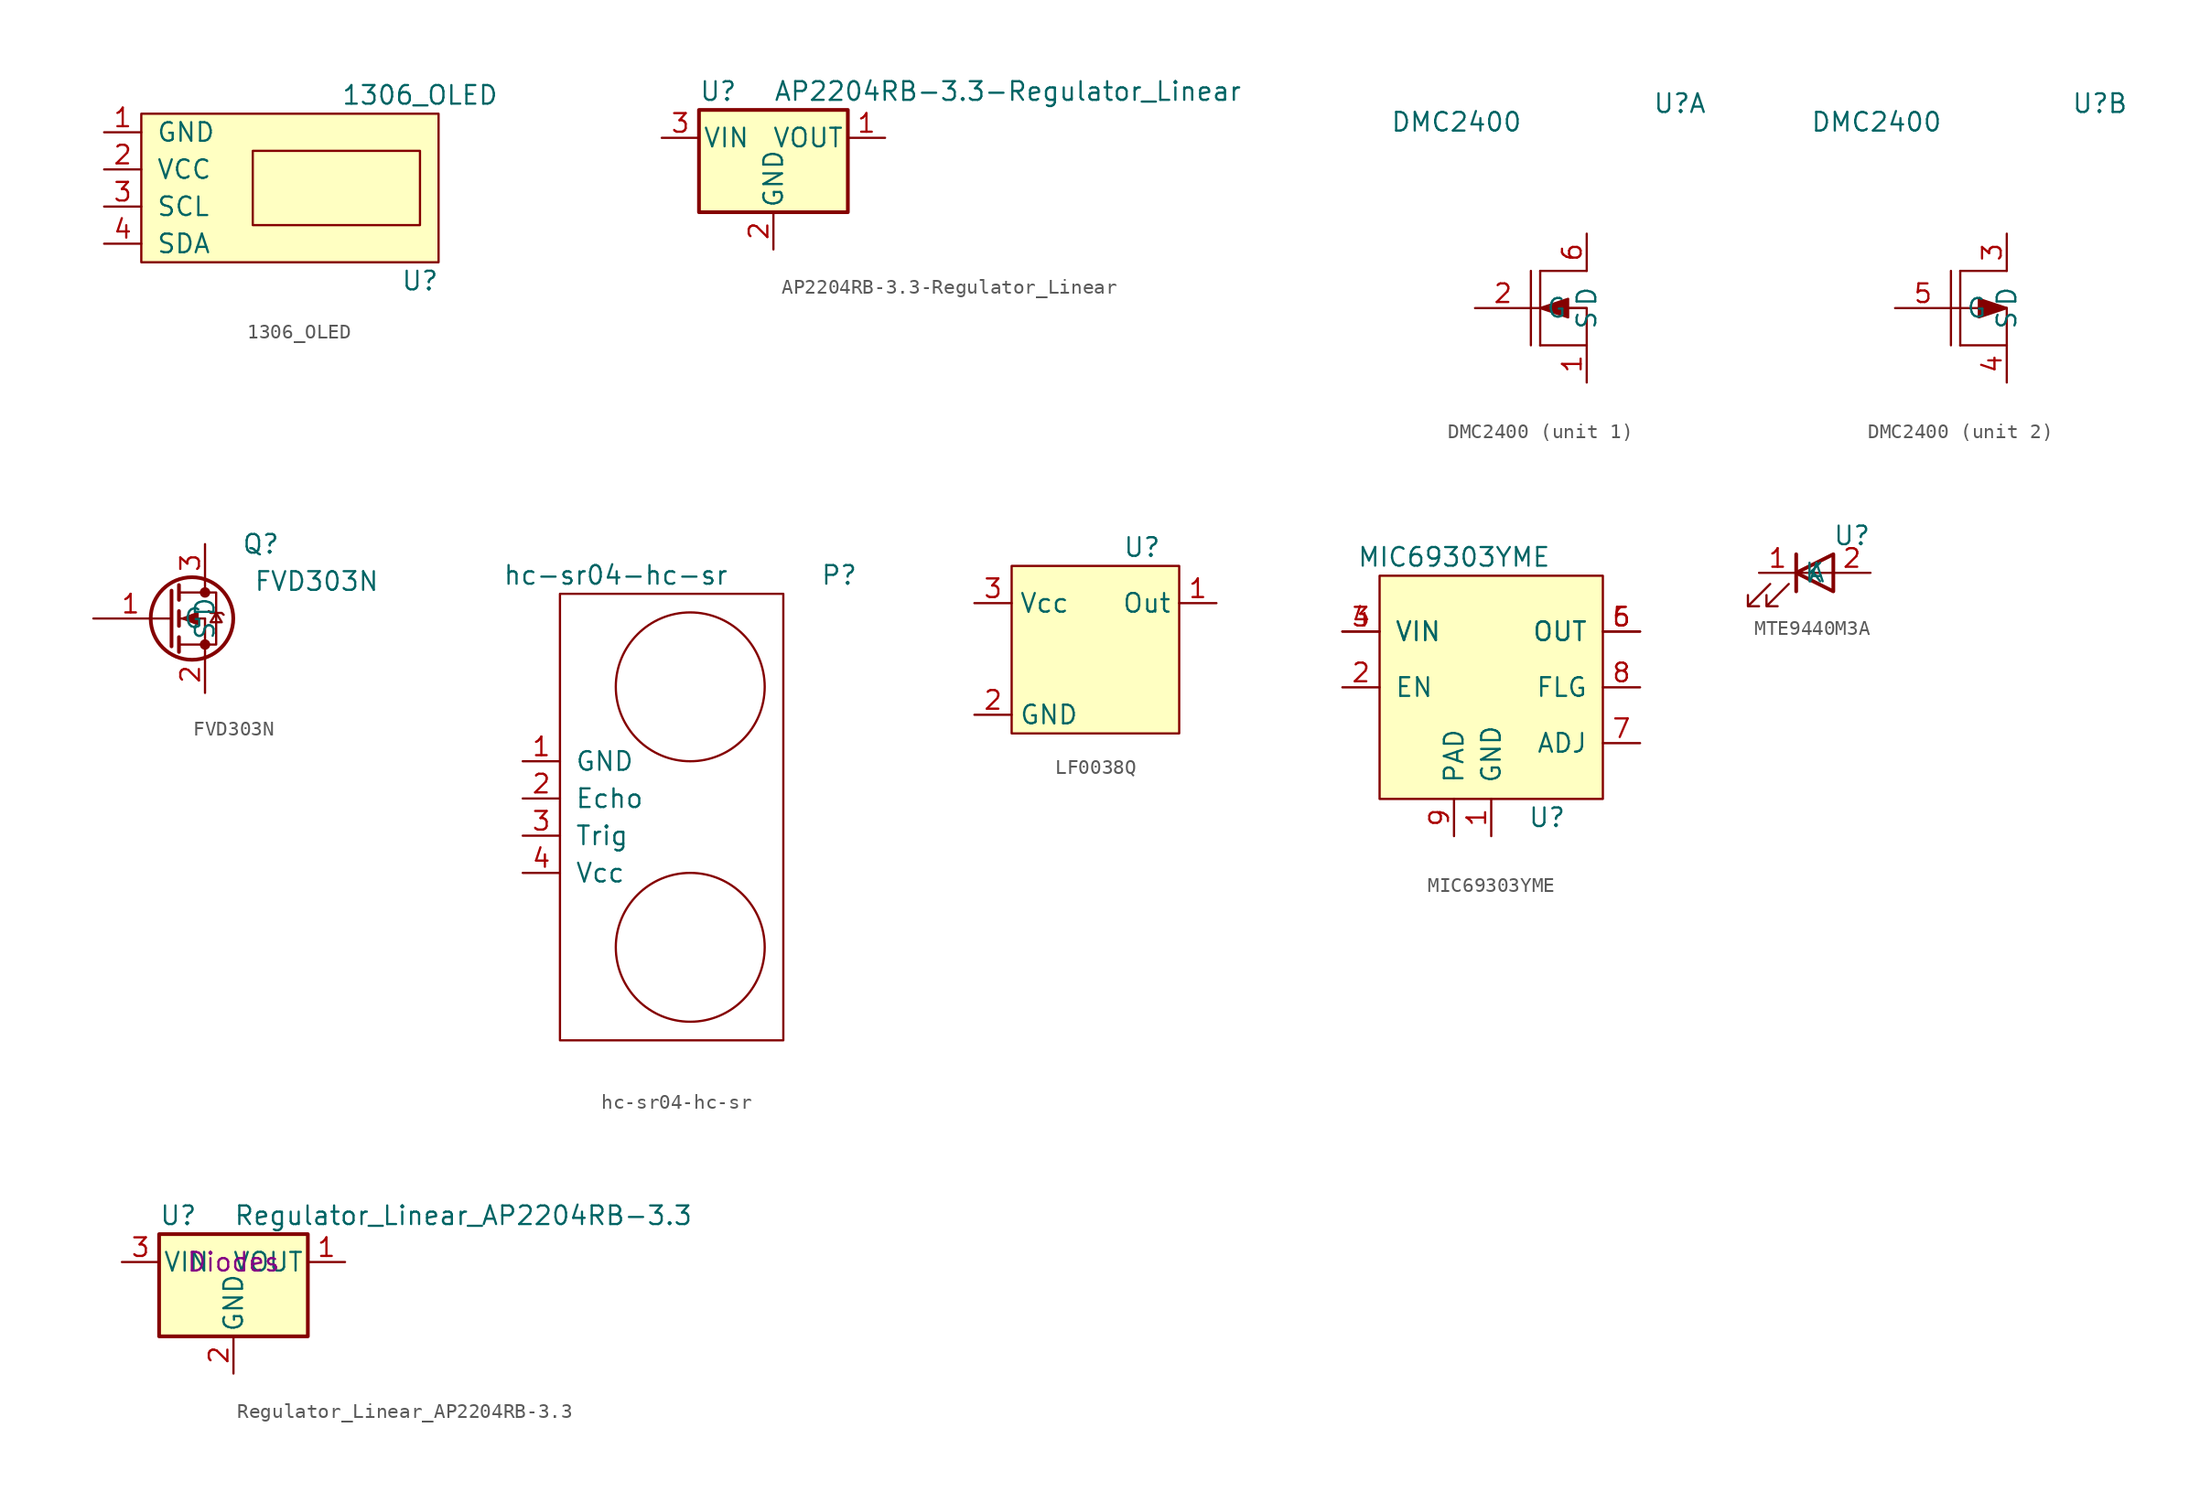
<source format=kicad_sym>
(kicad_symbol_lib
  (version 20220914)
  (generator kicad_symbol_editor)
  (symbol "1306_OLED"
    (pin_names
      (offset 1.016))
    (property "Reference" "U"
      (at 13.97 -6.35 0)
      (effects (font (size 1.27 1.27))))
    (property "Value" "1306_OLED"
      (at 13.97 6.35 0)
      (effects (font (size 1.27 1.27))))
    (symbol "1306_OLED_0_1"
      (rectangle (start -5.08 5.08) (end 15.24 -5.08) (stroke (width 0) (type solid)) (fill (type background)))
      (rectangle (start 2.54 2.54) (end 13.97 -2.54) (stroke (width 0) (type solid)) (fill (type none))))
    (symbol "1306_OLED_1_1"
      (pin input line (at -7.62 3.81 0) (length 2.54) (name "GND" (effects (font (size 1.27 1.27)))) (number "1" (effects (font (size 1.27 1.27)))))
      (pin input line (at -7.62 1.27 0) (length 2.54) (name "VCC" (effects (font (size 1.27 1.27)))) (number "2" (effects (font (size 1.27 1.27)))))
      (pin input line (at -7.62 -1.27 0) (length 2.54) (name "SCL" (effects (font (size 1.27 1.27)))) (number "3" (effects (font (size 1.27 1.27)))))
      (pin input line (at -7.62 -3.81 0) (length 2.54) (name "SDA" (effects (font (size 1.27 1.27)))) (number "4" (effects (font (size 1.27 1.27)))))))
  (symbol "AP2204RB-3.3-Regulator_Linear"
    (pin_names
      (offset 0.254))
    (property "Reference" "U"
      (at -5.08 3.175 0)
      (effects (font (size 1.27 1.27)) (justify left)))
    (property "Value" "AP2204RB-3.3-Regulator_Linear"
      (at 0 3.175 0)
      (effects (font (size 1.27 1.27)) (justify left)))
    (symbol "AP2204RB-3.3-Regulator_Linear_0_1"
      (rectangle (start -5.08 1.905) (end 5.08 -5.08) (stroke (width 0.254) (type solid)) (fill (type background))))
    (symbol "AP2204RB-3.3-Regulator_Linear_1_1"
      (pin power_out line (at 7.62 0 180) (length 2.54) (name "VOUT" (effects (font (size 1.27 1.27)))) (number "1" (effects (font (size 1.27 1.27)))))
      (pin power_in line (at 0 -7.62 90) (length 2.54) (name "GND" (effects (font (size 1.27 1.27)))) (number "2" (effects (font (size 1.27 1.27)))))
      (pin power_in line (at -7.62 0 0) (length 2.54) (name "VIN" (effects (font (size 1.27 1.27)))) (number "3" (effects (font (size 1.27 1.27)))))))
  (symbol "DMC2400"
    (pin_names
      (offset 1.016))
    (property "Reference" "U"
      (at 7.62 13.97 0)
      (effects (font (size 1.27 1.27))))
    (property "Value" "DMC2400"
      (at -7.62 12.7 0)
      (effects (font (size 1.27 1.27))))
    (symbol "DMC2400_0_1"
      (polyline (pts (xy 1.27 0) (xy -2.54 0)) (stroke (width 0) (type solid)) (fill (type none)))
      (polyline (pts (xy 0 0) (xy 1.27 0) (xy 1.27 -2.54)) (stroke (width 0) (type solid)) (fill (type none))))
    (symbol "DMC2400_1_1"
      (polyline (pts (xy -2.54 -2.54) (xy -2.54 2.54)) (stroke (width 0) (type solid)) (fill (type none)))
      (polyline (pts (xy -1.905 -2.54) (xy -1.905 2.54)) (stroke (width 0) (type solid)) (fill (type none)))
      (polyline (pts (xy -1.905 -2.54) (xy 1.27 -2.54)) (stroke (width 0) (type solid)) (fill (type none)))
      (polyline (pts (xy 1.27 2.54) (xy -1.905 2.54)) (stroke (width 0) (type solid)) (fill (type none)))
      (polyline (pts (xy -1.905 0) (xy 0 0.635) (xy 0 -0.635) (xy -1.905 0)) (stroke (width 0) (type solid)) (fill (type outline)))
      (pin passive line (at 1.27 -5.08 90) (length 2.54) (name "S" (effects (font (size 1.27 1.27)))) (number "1" (effects (font (size 1.27 1.27)))))
      (pin input line (at -6.35 0 0) (length 3.81) (name "G" (effects (font (size 1.27 1.27)))) (number "2" (effects (font (size 1.27 1.27)))))
      (pin passive line (at 1.27 5.08 270) (length 2.54) (name "D" (effects (font (size 1.27 1.27)))) (number "6" (effects (font (size 1.27 1.27))))))
    (symbol "DMC2400_2_1"
      (polyline (pts (xy -2.54 2.54) (xy -2.54 -2.54)) (stroke (width 0) (type solid)) (fill (type none)))
      (polyline (pts (xy -1.905 -2.54) (xy -1.905 2.54)) (stroke (width 0) (type solid)) (fill (type none)))
      (polyline (pts (xy -1.905 -2.54) (xy 1.27 -2.54)) (stroke (width 0) (type solid)) (fill (type none)))
      (polyline (pts (xy 1.27 2.54) (xy -1.905 2.54)) (stroke (width 0) (type solid)) (fill (type none)))
      (polyline (pts (xy 1.27 0) (xy -0.635 0.635) (xy -0.635 -0.635) (xy 1.27 0)) (stroke (width 0) (type solid)) (fill (type outline)))
      (pin passive line (at 1.27 5.08 270) (length 2.54) (name "D" (effects (font (size 1.27 1.27)))) (number "3" (effects (font (size 1.27 1.27)))))
      (pin passive line (at 1.27 -5.08 90) (length 2.54) (name "S" (effects (font (size 1.27 1.27)))) (number "4" (effects (font (size 1.27 1.27)))))
      (pin input line (at -6.35 0 0) (length 3.81) (name "G" (effects (font (size 1.27 1.27)))) (number "5" (effects (font (size 1.27 1.27)))))))
  (symbol "FVD303N"
    (pin_names
      (offset 1.016))
    (property "Reference" "Q"
      (at 3.81 5.08 0)
      (effects (font (size 1.27 1.27))))
    (property "Value" "FVD303N"
      (at 7.62 2.54 0)
      (effects (font (size 1.27 1.27))))
    (symbol "FVD303N_1_1"
      (circle (center -0.889 0) (radius 2.819) (stroke (width 0.254) (type solid)) (fill (type none)))
      (circle (center 0 -1.778) (radius 0.279) (stroke (width 0) (type solid)) (fill (type outline)))
      (polyline (pts (xy -2.489 0) (xy -2.286 0)) (stroke (width 0) (type solid)) (fill (type none)))
      (polyline (pts (xy -1.778 -1.778) (xy 0 -1.778)) (stroke (width 0) (type solid)) (fill (type none)))
      (polyline (pts (xy -1.778 -1.27) (xy -1.778 -2.286)) (stroke (width 0.254) (type solid)) (fill (type none)))
      (polyline (pts (xy -1.778 0) (xy 0 0)) (stroke (width 0) (type solid)) (fill (type none)))
      (polyline (pts (xy -1.778 0.508) (xy -1.778 -0.508)) (stroke (width 0.254) (type solid)) (fill (type none)))
      (polyline (pts (xy -1.778 1.778) (xy 0 1.778)) (stroke (width 0) (type solid)) (fill (type none)))
      (polyline (pts (xy -1.778 2.286) (xy -1.778 1.27)) (stroke (width 0.254) (type solid)) (fill (type none)))
      (polyline (pts (xy 0 -1.778) (xy 0 -2.54)) (stroke (width 0) (type solid)) (fill (type none)))
      (polyline (pts (xy 0 -1.778) (xy 0 0)) (stroke (width 0) (type solid)) (fill (type none)))
      (polyline (pts (xy 0 2.54) (xy 0 1.778)) (stroke (width 0) (type solid)) (fill (type none)))
      (polyline (pts (xy -2.286 1.905) (xy -2.286 -1.905) (xy -2.286 -1.905)) (stroke (width 0.254) (type solid)) (fill (type none)))
      (polyline (pts (xy -1.524 0) (xy -0.508 0.381) (xy -0.508 -0.381) (xy -1.524 0)) (stroke (width 0) (type solid)) (fill (type outline)))
      (polyline (pts (xy 0 -1.778) (xy 0.762 -1.778) (xy 0.762 1.778) (xy 0 1.778)) (stroke (width 0) (type solid)) (fill (type none)))
      (polyline (pts (xy 0.254 0.508) (xy 0.381 0.381) (xy 1.143 0.381) (xy 1.27 0.254)) (stroke (width 0) (type solid)) (fill (type none)))
      (polyline (pts (xy 0.762 0.381) (xy 0.381 -0.254) (xy 1.143 -0.254) (xy 0.762 0.381)) (stroke (width 0) (type solid)) (fill (type none)))
      (circle (center 0 1.778) (radius 0.279) (stroke (width 0) (type solid)) (fill (type outline)))
      (pin input line (at -7.62 0 0) (length 5.08) (name "G" (effects (font (size 1.27 1.27)))) (number "1" (effects (font (size 1.27 1.27)))))
      (pin passive line (at 0 -5.08 90) (length 2.54) (name "S" (effects (font (size 1.27 1.27)))) (number "2" (effects (font (size 1.27 1.27)))))
      (pin passive line (at 0 5.08 270) (length 2.54) (name "D" (effects (font (size 1.27 1.27)))) (number "3" (effects (font (size 1.27 1.27)))))))
  (symbol "hc-sr04-hc-sr"
    (pin_names
      (offset 1.016))
    (property "Reference" "P"
      (at 19.05 17.78 0)
      (effects (font (size 1.27 1.27))))
    (property "Value" "hc-sr04-hc-sr"
      (at 3.81 17.78 0)
      (effects (font (size 1.27 1.27))))
    (symbol "hc-sr04-hc-sr_0_1"
      (rectangle (start 0 -13.97) (end 15.24 16.51) (stroke (width 0) (type solid)) (fill (type none)))
      (circle (center 8.89 10.16) (radius 5.08) (stroke (width 0) (type solid)) (fill (type none))))
    (symbol "hc-sr04-hc-sr_1_1"
      (circle (center 8.89 -7.62) (radius 5.08) (stroke (width 0) (type solid)) (fill (type none)))
      (pin power_in line (at -2.54 5.08 0) (length 2.54) (name "GND" (effects (font (size 1.27 1.27)))) (number "1" (effects (font (size 1.27 1.27)))))
      (pin output line (at -2.54 2.54 0) (length 2.54) (name "Echo" (effects (font (size 1.27 1.27)))) (number "2" (effects (font (size 1.27 1.27)))))
      (pin input line (at -2.54 0 0) (length 2.54) (name "Trig" (effects (font (size 1.27 1.27)))) (number "3" (effects (font (size 1.27 1.27)))))
      (pin power_in line (at -2.54 -2.54 0) (length 2.54) (name "Vcc" (effects (font (size 1.27 1.27)))) (number "4" (effects (font (size 1.27 1.27)))))))
  (symbol "LF0038Q"
    (property "Reference" "U"
      (at 3.81 7.62 0)
      (effects (font (size 1.27 1.27))))
    (property "Value" ""
      (at 0 0 0)
      (effects (font (size 1.27 1.27))))
    (symbol "LF0038Q_1_1"
      (rectangle (start -5.08 6.35) (end 6.35 -5.08) (stroke (width 0) (type default)) (fill (type background)))
      (pin output line (at 8.89 3.81 180) (length 2.54) (name "Out" (effects (font (size 1.27 1.27)))) (number "1" (effects (font (size 1.27 1.27)))))
      (pin input line (at -7.62 -3.81 0) (length 2.54) (name "GND" (effects (font (size 1.27 1.27)))) (number "2" (effects (font (size 1.27 1.27)))))
      (pin input line (at -7.62 3.81 0) (length 2.54) (name "Vcc" (effects (font (size 1.27 1.27)))) (number "3" (effects (font (size 1.27 1.27)))))))
  (symbol "MIC69303YME"
    (pin_names
      (offset 1.016))
    (property "Reference" "U"
      (at 3.81 -16.51 0)
      (effects (font (size 1.27 1.27))))
    (property "Value" "MIC69303YME"
      (at -2.54 1.27 0)
      (effects (font (size 1.27 1.27))))
    (symbol "MIC69303YME_0_1"
      (rectangle (start -7.62 -15.24) (end 7.62 0) (stroke (width 0) (type solid)) (fill (type background))))
    (symbol "MIC69303YME_1_1"
      (pin power_in line (at 0 -17.78 90) (length 2.54) (name "GND" (effects (font (size 1.27 1.27)))) (number "1" (effects (font (size 1.27 1.27)))))
      (pin input line (at -10.16 -7.62 0) (length 2.54) (name "EN" (effects (font (size 1.27 1.27)))) (number "2" (effects (font (size 1.27 1.27)))))
      (pin power_in line (at -10.16 -3.81 0) (length 2.54) (name "VIN" (effects (font (size 1.27 1.27)))) (number "3" (effects (font (size 1.27 1.27)))))
      (pin power_in line (at -10.16 -3.81 0) (length 2.54) (name "VIN" (effects (font (size 1.27 1.27)))) (number "4" (effects (font (size 1.27 1.27)))))
      (pin power_in line (at 10.16 -3.81 180) (length 2.54) (name "OUT" (effects (font (size 1.27 1.27)))) (number "5" (effects (font (size 1.27 1.27)))))
      (pin power_out line (at 10.16 -3.81 180) (length 2.54) (name "OUT" (effects (font (size 1.27 1.27)))) (number "6" (effects (font (size 1.27 1.27)))))
      (pin input line (at 10.16 -11.43 180) (length 2.54) (name "ADJ" (effects (font (size 1.27 1.27)))) (number "7" (effects (font (size 1.27 1.27)))))
      (pin power_out line (at 10.16 -7.62 180) (length 2.54) (name "FLG" (effects (font (size 1.27 1.27)))) (number "8" (effects (font (size 1.27 1.27)))))
      (pin input line (at -2.54 -17.78 90) (length 2.54) (name "PAD" (effects (font (size 1.27 1.27)))) (number "9" (effects (font (size 1.27 1.27)))))))
  (symbol "MTE9440M3A"
    (property "Reference" "U"
      (at 3.81 2.54 0)
      (effects (font (size 1.27 1.27))))
    (property "Value" ""
      (at 0 0 0)
      (effects (font (size 1.27 1.27))))
    (symbol "MTE9440M3A_0_1"
      (polyline (pts (xy 0 -1.27) (xy 0 1.27)) (stroke (width 0.254) (type default)) (fill (type none)))
      (polyline (pts (xy 0 0) (xy 2.54 0)) (stroke (width 0) (type default)) (fill (type none)))
      (polyline (pts (xy 2.54 -1.27) (xy 2.54 1.27) (xy 0 0) (xy 2.54 -1.27)) (stroke (width 0.254) (type default)) (fill (type none)))
      (polyline (pts (xy -1.778 -0.762) (xy -3.302 -2.286) (xy -2.54 -2.286) (xy -3.302 -2.286) (xy -3.302 -1.524)) (stroke (width 0) (type default)) (fill (type none)))
      (polyline (pts (xy -0.508 -0.762) (xy -2.032 -2.286) (xy -1.27 -2.286) (xy -2.032 -2.286) (xy -2.032 -1.524)) (stroke (width 0) (type default)) (fill (type none))))
    (symbol "MTE9440M3A_1_1"
      (pin passive line (at -2.54 0 0) (length 2.54) (name "K" (effects (font (size 1.27 1.27)))) (number "1" (effects (font (size 1.27 1.27)))))
      (pin passive line (at 5.08 0 180) (length 2.54) (name "A" (effects (font (size 1.27 1.27)))) (number "2" (effects (font (size 1.27 1.27)))))))
  (symbol "Regulator_Linear_AP2204RB-3.3"
    (pin_names
      (offset 0.254))
    (property "Reference" "U"
      (at -5.08 3.175 0)
      (effects (font (size 1.27 1.27)) (justify left)))
    (property "Value" "Regulator_Linear_AP2204RB-3.3"
      (at 0 3.175 0)
      (effects (font (size 1.27 1.27)) (justify left)))
    (property "Manufacturer" "Diodes"
      (at 0 0 0)
      (effects (font (size 1.27 1.27))))
    (symbol "Regulator_Linear_AP2204RB-3.3_0_1"
      (rectangle (start -5.08 1.905) (end 5.08 -5.08) (stroke (width 0.254) (type solid)) (fill (type background))))
    (symbol "Regulator_Linear_AP2204RB-3.3_1_1"
      (pin power_out line (at 7.62 0 180) (length 2.54) (name "VOUT" (effects (font (size 1.27 1.27)))) (number "1" (effects (font (size 1.27 1.27)))))
      (pin power_in line (at 0 -7.62 90) (length 2.54) (name "GND" (effects (font (size 1.27 1.27)))) (number "2" (effects (font (size 1.27 1.27)))))
      (pin power_in line (at -7.62 0 0) (length 2.54) (name "VIN" (effects (font (size 1.27 1.27)))) (number "3" (effects (font (size 1.27 1.27))))))))
</source>
